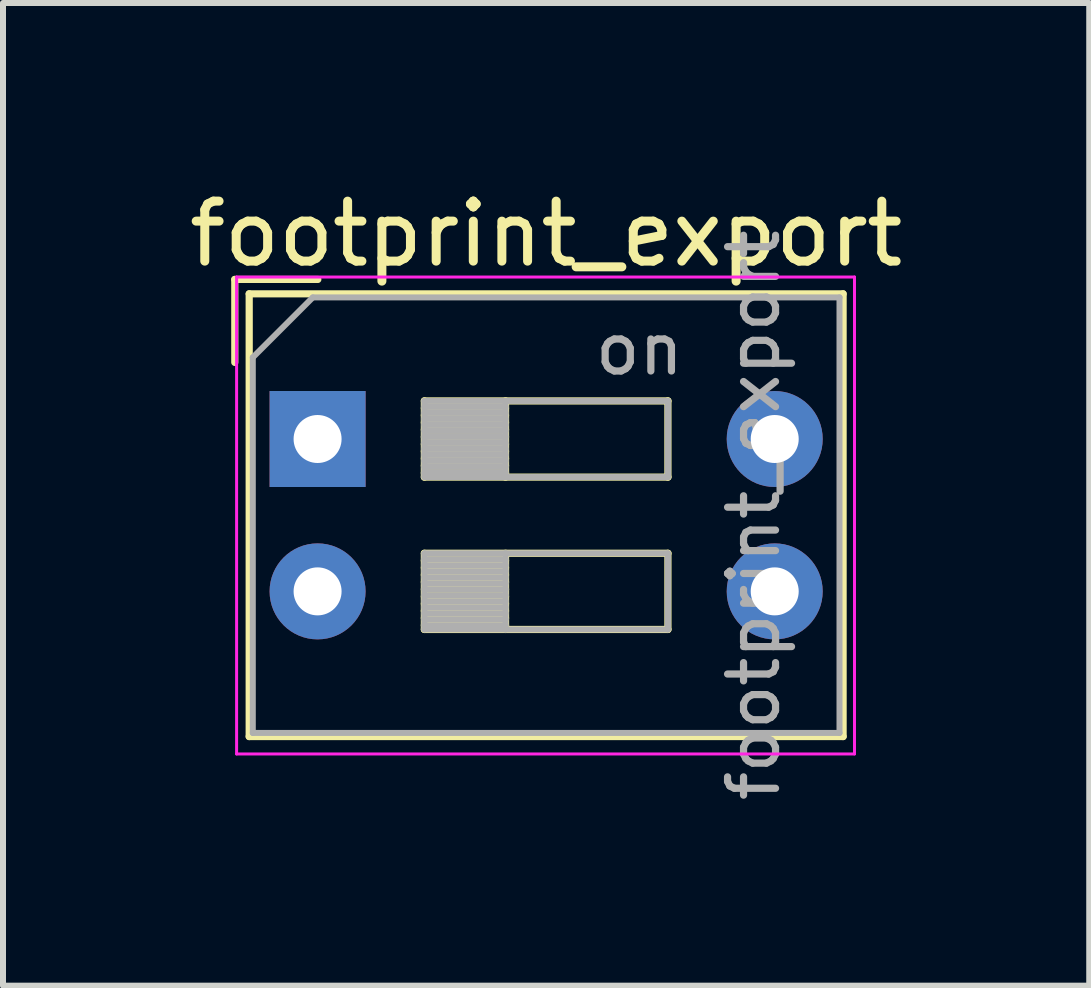
<source format=kicad_pcb>
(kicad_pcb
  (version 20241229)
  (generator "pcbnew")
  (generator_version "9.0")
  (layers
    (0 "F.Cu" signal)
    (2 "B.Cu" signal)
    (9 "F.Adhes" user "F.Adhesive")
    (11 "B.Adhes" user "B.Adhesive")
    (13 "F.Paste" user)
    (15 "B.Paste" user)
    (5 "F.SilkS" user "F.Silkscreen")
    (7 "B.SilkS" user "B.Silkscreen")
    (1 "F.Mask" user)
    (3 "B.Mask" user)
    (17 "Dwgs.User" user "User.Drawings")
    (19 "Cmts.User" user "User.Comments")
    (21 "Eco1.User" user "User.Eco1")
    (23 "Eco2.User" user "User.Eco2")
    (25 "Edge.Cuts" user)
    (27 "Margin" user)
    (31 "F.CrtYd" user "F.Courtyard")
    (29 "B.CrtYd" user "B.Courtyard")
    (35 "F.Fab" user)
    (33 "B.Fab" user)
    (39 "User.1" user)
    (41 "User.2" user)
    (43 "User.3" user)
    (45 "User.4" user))
  (footprint "footprint_export"
    (layer "F.Cu")
    (at 2.244 4.268)
    (property "Reference" "footprint_export" (at 3.81 -3.42 0) (layer "F.SilkS") (effects (font (size 1 1) (thickness 0.15))))
    (attr through_hole)
    (fp_line (start -1.38 -2.66) (end -1.38 -1.277) (stroke (width 0.12) (type solid)) (layer "F.SilkS"))
    (fp_line (start -1.38 -2.66) (end 0.004 -2.66) (stroke (width 0.12) (type solid)) (layer "F.SilkS"))
    (fp_line (start -1.14 -2.42) (end -1.14 4.96) (stroke (width 0.12) (type solid)) (layer "F.SilkS"))
    (fp_line (start -1.14 -2.42) (end 8.76 -2.42) (stroke (width 0.12) (type solid)) (layer "F.SilkS"))
    (fp_line (start -1.14 4.96) (end 8.76 4.96) (stroke (width 0.12) (type solid)) (layer "F.SilkS"))
    (fp_line (start 1.78 -0.635) (end 1.78 0.635) (stroke (width 0.12) (type solid)) (layer "F.SilkS"))
    (fp_line (start 1.78 -0.515) (end 3.133 -0.515) (stroke (width 0.12) (type solid)) (layer "F.SilkS"))
    (fp_line (start 1.78 -0.395) (end 3.133 -0.395) (stroke (width 0.12) (type solid)) (layer "F.SilkS"))
    (fp_line (start 1.78 -0.275) (end 3.133 -0.275) (stroke (width 0.12) (type solid)) (layer "F.SilkS"))
    (fp_line (start 1.78 -0.155) (end 3.133 -0.155) (stroke (width 0.12) (type solid)) (layer "F.SilkS"))
    (fp_line (start 1.78 -0.035) (end 3.133 -0.035) (stroke (width 0.12) (type solid)) (layer "F.SilkS"))
    (fp_line (start 1.78 0.085) (end 3.133 0.085) (stroke (width 0.12) (type solid)) (layer "F.SilkS"))
    (fp_line (start 1.78 0.205) (end 3.133 0.205) (stroke (width 0.12) (type solid)) (layer "F.SilkS"))
    (fp_line (start 1.78 0.325) (end 3.133 0.325) (stroke (width 0.12) (type solid)) (layer "F.SilkS"))
    (fp_line (start 1.78 0.445) (end 3.133 0.445) (stroke (width 0.12) (type solid)) (layer "F.SilkS"))
    (fp_line (start 1.78 0.565) (end 3.133 0.565) (stroke (width 0.12) (type solid)) (layer "F.SilkS"))
    (fp_line (start 1.78 0.635) (end 5.84 0.635) (stroke (width 0.12) (type solid)) (layer "F.SilkS"))
    (fp_line (start 1.78 1.905) (end 1.78 3.175) (stroke (width 0.12) (type solid)) (layer "F.SilkS"))
    (fp_line (start 1.78 2.025) (end 3.133 2.025) (stroke (width 0.12) (type solid)) (layer "F.SilkS"))
    (fp_line (start 1.78 2.145) (end 3.133 2.145) (stroke (width 0.12) (type solid)) (layer "F.SilkS"))
    (fp_line (start 1.78 2.265) (end 3.133 2.265) (stroke (width 0.12) (type solid)) (layer "F.SilkS"))
    (fp_line (start 1.78 2.385) (end 3.133 2.385) (stroke (width 0.12) (type solid)) (layer "F.SilkS"))
    (fp_line (start 1.78 2.505) (end 3.133 2.505) (stroke (width 0.12) (type solid)) (layer "F.SilkS"))
    (fp_line (start 1.78 2.625) (end 3.133 2.625) (stroke (width 0.12) (type solid)) (layer "F.SilkS"))
    (fp_line (start 1.78 2.745) (end 3.133 2.745) (stroke (width 0.12) (type solid)) (layer "F.SilkS"))
    (fp_line (start 1.78 2.865) (end 3.133 2.865) (stroke (width 0.12) (type solid)) (layer "F.SilkS"))
    (fp_line (start 1.78 2.985) (end 3.133 2.985) (stroke (width 0.12) (type solid)) (layer "F.SilkS"))
    (fp_line (start 1.78 3.105) (end 3.133 3.105) (stroke (width 0.12) (type solid)) (layer "F.SilkS"))
    (fp_line (start 1.78 3.175) (end 5.84 3.175) (stroke (width 0.12) (type solid)) (layer "F.SilkS"))
    (fp_line (start 3.133 -0.635) (end 3.133 0.635) (stroke (width 0.12) (type solid)) (layer "F.SilkS"))
    (fp_line (start 3.133 1.905) (end 3.133 3.175) (stroke (width 0.12) (type solid)) (layer "F.SilkS"))
    (fp_line (start 5.84 -0.635) (end 1.78 -0.635) (stroke (width 0.12) (type solid)) (layer "F.SilkS"))
    (fp_line (start 5.84 0.635) (end 5.84 -0.635) (stroke (width 0.12) (type solid)) (layer "F.SilkS"))
    (fp_line (start 5.84 1.905) (end 1.78 1.905) (stroke (width 0.12) (type solid)) (layer "F.SilkS"))
    (fp_line (start 5.84 3.175) (end 5.84 1.905) (stroke (width 0.12) (type solid)) (layer "F.SilkS"))
    (fp_line (start 8.76 -2.42) (end 8.76 4.96) (stroke (width 0.12) (type solid)) (layer "F.SilkS"))
    (fp_line (start -1.35 -2.7) (end -1.35 5.25) (stroke (width 0.05) (type solid)) (layer "F.CrtYd"))
    (fp_line (start -1.35 5.25) (end 8.95 5.25) (stroke (width 0.05) (type solid)) (layer "F.CrtYd"))
    (fp_line (start 8.95 -2.7) (end -1.35 -2.7) (stroke (width 0.05) (type solid)) (layer "F.CrtYd"))
    (fp_line (start 8.95 5.25) (end 8.95 -2.7) (stroke (width 0.05) (type solid)) (layer "F.CrtYd"))
    (fp_line (start -1.08 -1.36) (end -0.08 -2.36) (stroke (width 0.1) (type solid)) (layer "F.Fab"))
    (fp_line (start -1.08 4.9) (end -1.08 -1.36) (stroke (width 0.1) (type solid)) (layer "F.Fab"))
    (fp_line (start -0.08 -2.36) (end 8.7 -2.36) (stroke (width 0.1) (type solid)) (layer "F.Fab"))
    (fp_line (start 1.78 -0.635) (end 1.78 0.635) (stroke (width 0.1) (type solid)) (layer "F.Fab"))
    (fp_line (start 1.78 -0.535) (end 3.133 -0.535) (stroke (width 0.1) (type solid)) (layer "F.Fab"))
    (fp_line (start 1.78 -0.435) (end 3.133 -0.435) (stroke (width 0.1) (type solid)) (layer "F.Fab"))
    (fp_line (start 1.78 -0.335) (end 3.133 -0.335) (stroke (width 0.1) (type solid)) (layer "F.Fab"))
    (fp_line (start 1.78 -0.235) (end 3.133 -0.235) (stroke (width 0.1) (type solid)) (layer "F.Fab"))
    (fp_line (start 1.78 -0.135) (end 3.133 -0.135) (stroke (width 0.1) (type solid)) (layer "F.Fab"))
    (fp_line (start 1.78 -0.035) (end 3.133 -0.035) (stroke (width 0.1) (type solid)) (layer "F.Fab"))
    (fp_line (start 1.78 0.065) (end 3.133 0.065) (stroke (width 0.1) (type solid)) (layer "F.Fab"))
    (fp_line (start 1.78 0.165) (end 3.133 0.165) (stroke (width 0.1) (type solid)) (layer "F.Fab"))
    (fp_line (start 1.78 0.265) (end 3.133 0.265) (stroke (width 0.1) (type solid)) (layer "F.Fab"))
    (fp_line (start 1.78 0.365) (end 3.133 0.365) (stroke (width 0.1) (type solid)) (layer "F.Fab"))
    (fp_line (start 1.78 0.465) (end 3.133 0.465) (stroke (width 0.1) (type solid)) (layer "F.Fab"))
    (fp_line (start 1.78 0.565) (end 3.133 0.565) (stroke (width 0.1) (type solid)) (layer "F.Fab"))
    (fp_line (start 1.78 0.635) (end 5.84 0.635) (stroke (width 0.1) (type solid)) (layer "F.Fab"))
    (fp_line (start 1.78 1.905) (end 1.78 3.175) (stroke (width 0.1) (type solid)) (layer "F.Fab"))
    (fp_line (start 1.78 2.005) (end 3.133 2.005) (stroke (width 0.1) (type solid)) (layer "F.Fab"))
    (fp_line (start 1.78 2.105) (end 3.133 2.105) (stroke (width 0.1) (type solid)) (layer "F.Fab"))
    (fp_line (start 1.78 2.205) (end 3.133 2.205) (stroke (width 0.1) (type solid)) (layer "F.Fab"))
    (fp_line (start 1.78 2.305) (end 3.133 2.305) (stroke (width 0.1) (type solid)) (layer "F.Fab"))
    (fp_line (start 1.78 2.405) (end 3.133 2.405) (stroke (width 0.1) (type solid)) (layer "F.Fab"))
    (fp_line (start 1.78 2.505) (end 3.133 2.505) (stroke (width 0.1) (type solid)) (layer "F.Fab"))
    (fp_line (start 1.78 2.605) (end 3.133 2.605) (stroke (width 0.1) (type solid)) (layer "F.Fab"))
    (fp_line (start 1.78 2.705) (end 3.133 2.705) (stroke (width 0.1) (type solid)) (layer "F.Fab"))
    (fp_line (start 1.78 2.805) (end 3.133 2.805) (stroke (width 0.1) (type solid)) (layer "F.Fab"))
    (fp_line (start 1.78 2.905) (end 3.133 2.905) (stroke (width 0.1) (type solid)) (layer "F.Fab"))
    (fp_line (start 1.78 3.005) (end 3.133 3.005) (stroke (width 0.1) (type solid)) (layer "F.Fab"))
    (fp_line (start 1.78 3.105) (end 3.133 3.105) (stroke (width 0.1) (type solid)) (layer "F.Fab"))
    (fp_line (start 1.78 3.175) (end 5.84 3.175) (stroke (width 0.1) (type solid)) (layer "F.Fab"))
    (fp_line (start 3.133 -0.635) (end 3.133 0.635) (stroke (width 0.1) (type solid)) (layer "F.Fab"))
    (fp_line (start 3.133 1.905) (end 3.133 3.175) (stroke (width 0.1) (type solid)) (layer "F.Fab"))
    (fp_line (start 5.84 -0.635) (end 1.78 -0.635) (stroke (width 0.1) (type solid)) (layer "F.Fab"))
    (fp_line (start 5.84 0.635) (end 5.84 -0.635) (stroke (width 0.1) (type solid)) (layer "F.Fab"))
    (fp_line (start 5.84 1.905) (end 1.78 1.905) (stroke (width 0.1) (type solid)) (layer "F.Fab"))
    (fp_line (start 5.84 3.175) (end 5.84 1.905) (stroke (width 0.1) (type solid)) (layer "F.Fab"))
    (fp_line (start 8.7 -2.36) (end 8.7 4.9) (stroke (width 0.1) (type solid)) (layer "F.Fab"))
    (fp_line (start 8.7 4.9) (end -1.08 4.9) (stroke (width 0.1) (type solid)) (layer "F.Fab"))
    (fp_text user "${REFERENCE}" (at 7.27 1.27 90) (layer "F.Fab") (effects (font (size 0.8 0.8) (thickness 0.12))))
    (fp_text user "on" (at 5.365 -1.498 0) (layer "F.Fab") (effects (font (size 0.8 0.8) (thickness 0.12))))
    (pad "1" thru_hole rect (at 0 0) (size 1.6 1.6) (drill 0.8) (layers "*.Cu" "*.Mask"))
    (pad "2" thru_hole oval (at 0 2.54) (size 1.6 1.6) (drill 0.8) (layers "*.Cu" "*.Mask"))
    (pad "3" thru_hole oval (at 7.62 2.54) (size 1.6 1.6) (drill 0.8) (layers "*.Cu" "*.Mask"))
    (pad "4" thru_hole oval (at 7.62 0) (size 1.6 1.6) (drill 0.8) (layers "*.Cu" "*.Mask")))
  (gr_rect
    (start -3 -3)
    (end 15.107 13.381)
    (stroke (width 0.1) (type default))
    (fill no)
    (layer "Edge.Cuts")))
</source>
